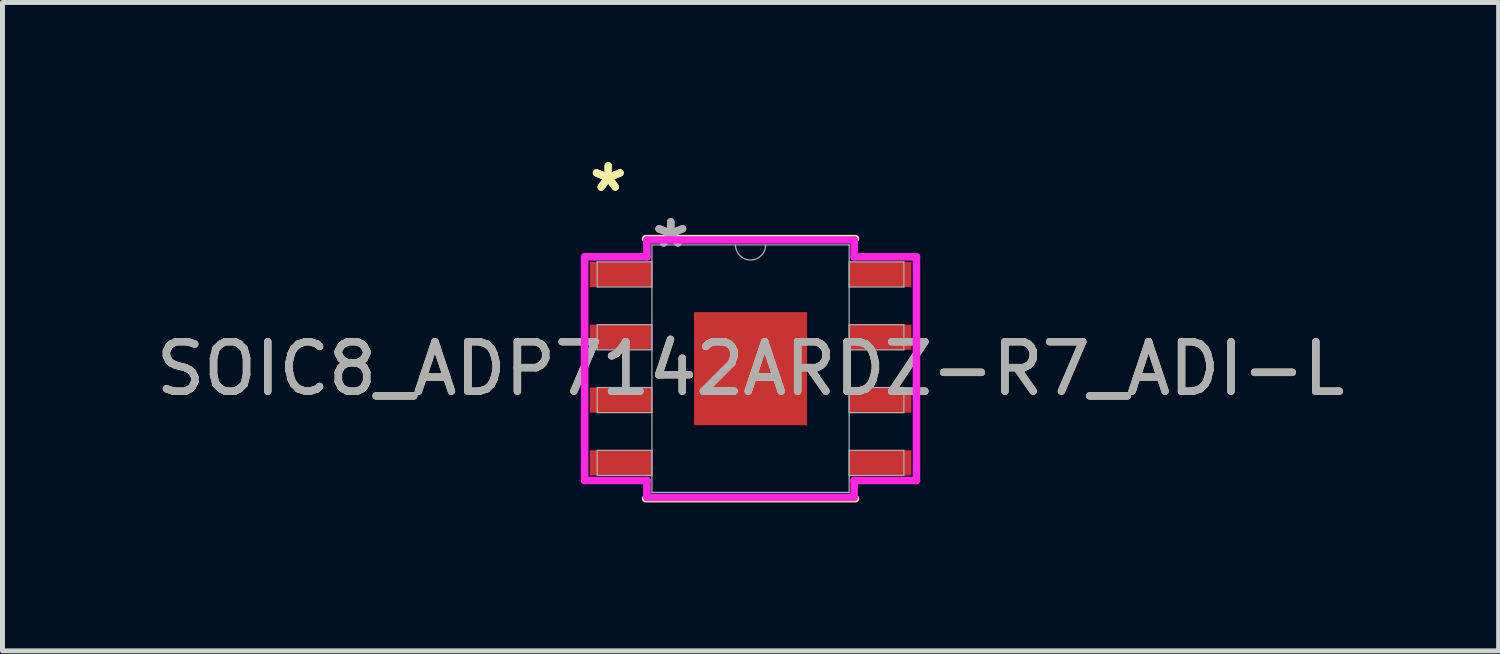
<source format=kicad_pcb>
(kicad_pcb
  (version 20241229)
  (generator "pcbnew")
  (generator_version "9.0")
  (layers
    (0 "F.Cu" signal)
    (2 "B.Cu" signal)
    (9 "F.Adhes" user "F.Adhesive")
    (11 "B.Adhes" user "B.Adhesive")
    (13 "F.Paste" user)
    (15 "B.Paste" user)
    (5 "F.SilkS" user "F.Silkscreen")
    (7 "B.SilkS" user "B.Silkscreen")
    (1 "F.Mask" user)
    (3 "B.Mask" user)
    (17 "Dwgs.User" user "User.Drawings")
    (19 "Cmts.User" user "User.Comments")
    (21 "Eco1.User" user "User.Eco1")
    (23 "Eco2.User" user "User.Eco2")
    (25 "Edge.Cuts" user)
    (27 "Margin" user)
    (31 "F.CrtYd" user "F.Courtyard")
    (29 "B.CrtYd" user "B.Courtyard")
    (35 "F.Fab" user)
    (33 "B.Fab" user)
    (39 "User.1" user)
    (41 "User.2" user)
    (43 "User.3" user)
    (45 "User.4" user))
  (footprint "SOIC8_ADP7142ARDZ-R7_ADI-L"
    (layer "F.Cu")
    (at 12.125 4.404)
    (property "Reference" "SOIC8_ADP7142ARDZ-R7_ADI-L" (at 0 0 0) (unlocked yes) (layer "F.SilkS") (effects (font (size 1 1) (thickness 0.15))))
    (attr smd)
    (fp_line (start -2.121 2.629) (end 2.121 2.629) (stroke (width 0.152) (type solid)) (layer "F.SilkS"))
    (fp_line (start 2.121 -2.629) (end -2.121 -2.629) (stroke (width 0.152) (type solid)) (layer "F.SilkS"))
    (fp_line (start -3.354 -2.261) (end -2.095 -2.261) (stroke (width 0.152) (type solid)) (layer "F.CrtYd"))
    (fp_line (start -3.354 2.261) (end -3.354 -2.261) (stroke (width 0.152) (type solid)) (layer "F.CrtYd"))
    (fp_line (start -3.354 2.261) (end -2.095 2.261) (stroke (width 0.152) (type solid)) (layer "F.CrtYd"))
    (fp_line (start -2.095 -2.603) (end 2.095 -2.603) (stroke (width 0.152) (type solid)) (layer "F.CrtYd"))
    (fp_line (start -2.095 -2.261) (end -2.095 -2.603) (stroke (width 0.152) (type solid)) (layer "F.CrtYd"))
    (fp_line (start -2.095 2.603) (end -2.095 2.261) (stroke (width 0.152) (type solid)) (layer "F.CrtYd"))
    (fp_line (start 2.095 -2.603) (end 2.095 -2.261) (stroke (width 0.152) (type solid)) (layer "F.CrtYd"))
    (fp_line (start 2.095 2.261) (end 2.095 2.603) (stroke (width 0.152) (type solid)) (layer "F.CrtYd"))
    (fp_line (start 2.095 2.603) (end -2.095 2.603) (stroke (width 0.152) (type solid)) (layer "F.CrtYd"))
    (fp_line (start 3.354 -2.261) (end 2.095 -2.261) (stroke (width 0.152) (type solid)) (layer "F.CrtYd"))
    (fp_line (start 3.354 -2.261) (end 3.354 2.261) (stroke (width 0.152) (type solid)) (layer "F.CrtYd"))
    (fp_line (start 3.354 2.261) (end 2.095 2.261) (stroke (width 0.152) (type solid)) (layer "F.CrtYd"))
    (fp_line (start -3.1 -2.159) (end -3.1 -1.651) (stroke (width 0.025) (type solid)) (layer "F.Fab"))
    (fp_line (start -3.1 -1.651) (end -1.994 -1.651) (stroke (width 0.025) (type solid)) (layer "F.Fab"))
    (fp_line (start -3.1 -0.889) (end -3.1 -0.381) (stroke (width 0.025) (type solid)) (layer "F.Fab"))
    (fp_line (start -3.1 -0.381) (end -1.994 -0.381) (stroke (width 0.025) (type solid)) (layer "F.Fab"))
    (fp_line (start -3.1 0.381) (end -3.1 0.889) (stroke (width 0.025) (type solid)) (layer "F.Fab"))
    (fp_line (start -3.1 0.889) (end -1.994 0.889) (stroke (width 0.025) (type solid)) (layer "F.Fab"))
    (fp_line (start -3.1 1.651) (end -3.1 2.159) (stroke (width 0.025) (type solid)) (layer "F.Fab"))
    (fp_line (start -3.1 2.159) (end -1.994 2.159) (stroke (width 0.025) (type solid)) (layer "F.Fab"))
    (fp_line (start -1.994 -2.502) (end -1.994 2.502) (stroke (width 0.025) (type solid)) (layer "F.Fab"))
    (fp_line (start -1.994 -2.159) (end -3.1 -2.159) (stroke (width 0.025) (type solid)) (layer "F.Fab"))
    (fp_line (start -1.994 -1.651) (end -1.994 -2.159) (stroke (width 0.025) (type solid)) (layer "F.Fab"))
    (fp_line (start -1.994 -0.889) (end -3.1 -0.889) (stroke (width 0.025) (type solid)) (layer "F.Fab"))
    (fp_line (start -1.994 -0.381) (end -1.994 -0.889) (stroke (width 0.025) (type solid)) (layer "F.Fab"))
    (fp_line (start -1.994 0.381) (end -3.1 0.381) (stroke (width 0.025) (type solid)) (layer "F.Fab"))
    (fp_line (start -1.994 0.889) (end -1.994 0.381) (stroke (width 0.025) (type solid)) (layer "F.Fab"))
    (fp_line (start -1.994 1.651) (end -3.1 1.651) (stroke (width 0.025) (type solid)) (layer "F.Fab"))
    (fp_line (start -1.994 2.159) (end -1.994 1.651) (stroke (width 0.025) (type solid)) (layer "F.Fab"))
    (fp_line (start -1.994 2.502) (end 1.994 2.502) (stroke (width 0.025) (type solid)) (layer "F.Fab"))
    (fp_line (start 1.994 -2.502) (end -1.994 -2.502) (stroke (width 0.025) (type solid)) (layer "F.Fab"))
    (fp_line (start 1.994 -2.159) (end 1.994 -1.651) (stroke (width 0.025) (type solid)) (layer "F.Fab"))
    (fp_line (start 1.994 -1.651) (end 3.1 -1.651) (stroke (width 0.025) (type solid)) (layer "F.Fab"))
    (fp_line (start 1.994 -0.889) (end 1.994 -0.381) (stroke (width 0.025) (type solid)) (layer "F.Fab"))
    (fp_line (start 1.994 -0.381) (end 3.1 -0.381) (stroke (width 0.025) (type solid)) (layer "F.Fab"))
    (fp_line (start 1.994 0.381) (end 1.994 0.889) (stroke (width 0.025) (type solid)) (layer "F.Fab"))
    (fp_line (start 1.994 0.889) (end 3.1 0.889) (stroke (width 0.025) (type solid)) (layer "F.Fab"))
    (fp_line (start 1.994 1.651) (end 1.994 2.159) (stroke (width 0.025) (type solid)) (layer "F.Fab"))
    (fp_line (start 1.994 2.159) (end 3.1 2.159) (stroke (width 0.025) (type solid)) (layer "F.Fab"))
    (fp_line (start 1.994 2.502) (end 1.994 -2.502) (stroke (width 0.025) (type solid)) (layer "F.Fab"))
    (fp_line (start 3.1 -2.159) (end 1.994 -2.159) (stroke (width 0.025) (type solid)) (layer "F.Fab"))
    (fp_line (start 3.1 -1.651) (end 3.1 -2.159) (stroke (width 0.025) (type solid)) (layer "F.Fab"))
    (fp_line (start 3.1 -0.889) (end 1.994 -0.889) (stroke (width 0.025) (type solid)) (layer "F.Fab"))
    (fp_line (start 3.1 -0.381) (end 3.1 -0.889) (stroke (width 0.025) (type solid)) (layer "F.Fab"))
    (fp_line (start 3.1 0.381) (end 1.994 0.381) (stroke (width 0.025) (type solid)) (layer "F.Fab"))
    (fp_line (start 3.1 0.889) (end 3.1 0.381) (stroke (width 0.025) (type solid)) (layer "F.Fab"))
    (fp_line (start 3.1 1.651) (end 1.994 1.651) (stroke (width 0.025) (type solid)) (layer "F.Fab"))
    (fp_line (start 3.1 2.159) (end 3.1 1.651) (stroke (width 0.025) (type solid)) (layer "F.Fab"))
    (fp_arc (start 0.3048 -2.5019) (mid 0 -2.1971) (end -0.3048 -2.5019) (stroke (width 0.0254) (type solid)) (layer "F.Fab"))
    (fp_text user "*" (at -2.877 -3.556 0) (layer "F.SilkS") (effects (font (size 1 1) (thickness 0.15))))
    (fp_text user "*" (at -2.877 -3.556 0) (unlocked yes) (layer "F.SilkS") (effects (font (size 1 1) (thickness 0.15))))
    (fp_text user "*" (at -1.613 -2.426 0) (layer "F.Fab") (effects (font (size 1 1) (thickness 0.15))))
    (fp_text user "${REFERENCE}" (at 0 0 0) (unlocked yes) (layer "F.Fab") (effects (font (size 1 1) (thickness 0.15))))
    (fp_text user "*" (at -1.613 -2.426 0) (unlocked yes) (layer "F.Fab") (effects (font (size 1 1) (thickness 0.15))))
    (pad "1" smd rect (at -2.623 -1.905) (size 1.258 0.508) (layers "F.Cu" "F.Mask" "F.Paste"))
    (pad "2" smd rect (at -2.623 -0.635) (size 1.258 0.508) (layers "F.Cu" "F.Mask" "F.Paste"))
    (pad "3" smd rect (at -2.623 0.635) (size 1.258 0.508) (layers "F.Cu" "F.Mask" "F.Paste"))
    (pad "4" smd rect (at -2.623 1.905) (size 1.258 0.508) (layers "F.Cu" "F.Mask" "F.Paste"))
    (pad "5" smd rect (at 2.623 1.905) (size 1.258 0.508) (layers "F.Cu" "F.Mask" "F.Paste"))
    (pad "6" smd rect (at 2.623 0.635) (size 1.258 0.508) (layers "F.Cu" "F.Mask" "F.Paste"))
    (pad "7" smd rect (at 2.623 -0.635) (size 1.258 0.508) (layers "F.Cu" "F.Mask" "F.Paste"))
    (pad "8" smd rect (at 2.623 -1.905) (size 1.258 0.508) (layers "F.Cu" "F.Mask" "F.Paste"))
    (pad "EPAD" smd rect (at 0 0) (size 2.286 2.286) (layers "F.Cu" "F.Mask" "F.Paste")))
  (gr_rect
    (start -3 -3)
    (end 27.25 10.109)
    (stroke (width 0.1) (type default))
    (fill no)
    (layer "Edge.Cuts")))
</source>
